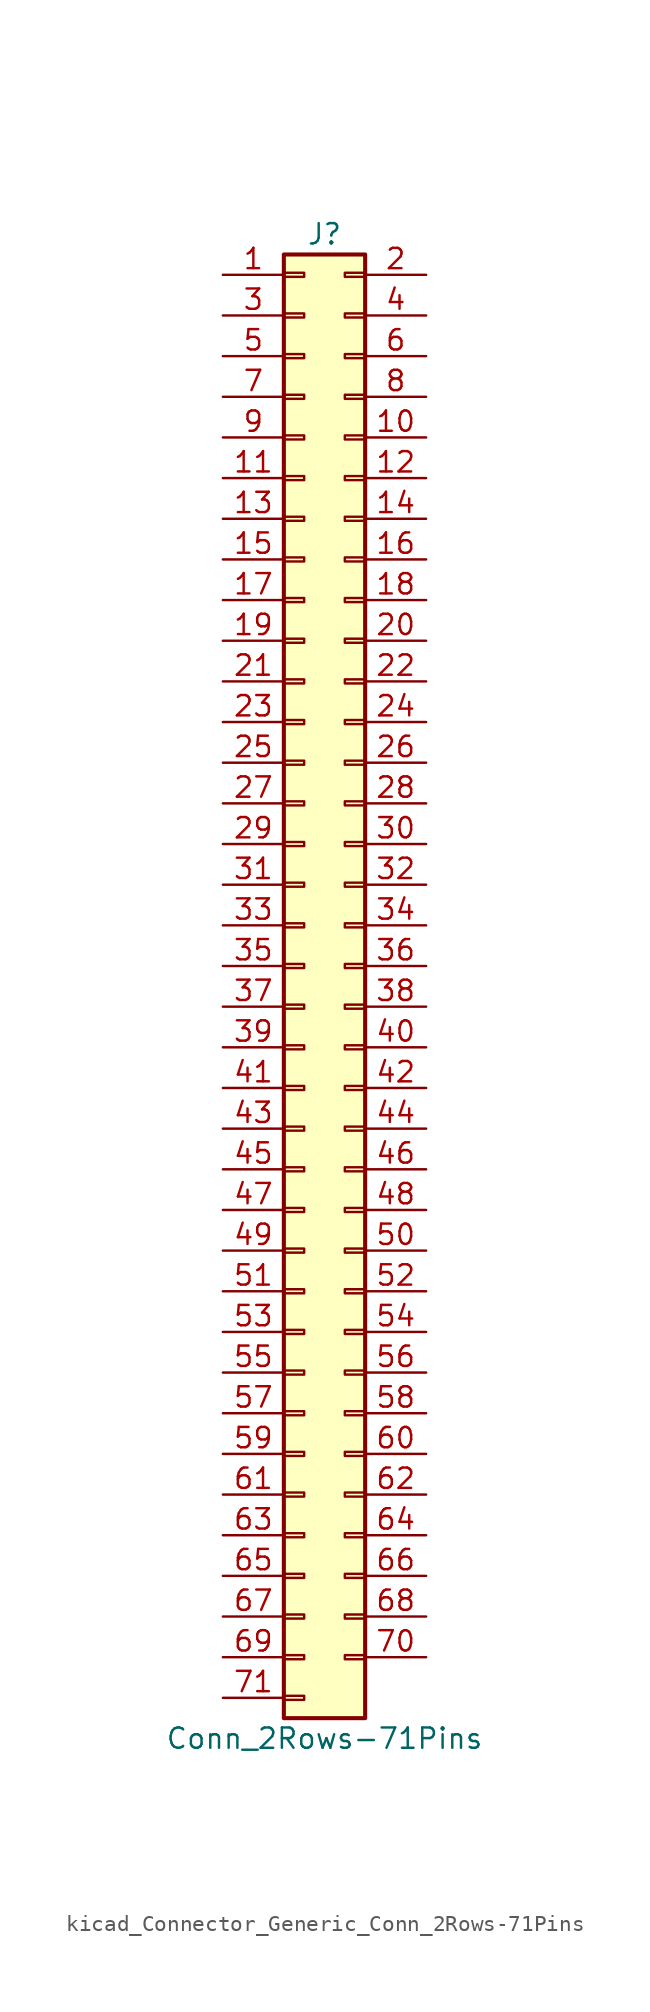
<source format=kicad_sym>
(kicad_symbol_lib
  (version 20220914)
  (generator kicad_symbol_editor)
  (symbol "kicad_Connector_Generic_Conn_2Rows-71Pins"
    (pin_names
      (offset 1.016) hide)
    (property "Reference" "J"
      (at 1.27 45.72 0)
      (effects (font (size 1.27 1.27))))
    (property "Value" "Conn_2Rows-71Pins"
      (at 1.27 -48.26 0)
      (effects (font (size 1.27 1.27))))
    (symbol "kicad_Connector_Generic_Conn_2Rows-71Pins_1_1"
      (rectangle (start -1.27 -45.593) (end 0 -45.847) (stroke (width 0.152) (type default)) (fill (type none)))
      (rectangle (start -1.27 -43.053) (end 0 -43.307) (stroke (width 0.152) (type default)) (fill (type none)))
      (rectangle (start -1.27 -40.513) (end 0 -40.767) (stroke (width 0.152) (type default)) (fill (type none)))
      (rectangle (start -1.27 -37.973) (end 0 -38.227) (stroke (width 0.152) (type default)) (fill (type none)))
      (rectangle (start -1.27 -35.433) (end 0 -35.687) (stroke (width 0.152) (type default)) (fill (type none)))
      (rectangle (start -1.27 -32.893) (end 0 -33.147) (stroke (width 0.152) (type default)) (fill (type none)))
      (rectangle (start -1.27 -30.353) (end 0 -30.607) (stroke (width 0.152) (type default)) (fill (type none)))
      (rectangle (start -1.27 -27.813) (end 0 -28.067) (stroke (width 0.152) (type default)) (fill (type none)))
      (rectangle (start -1.27 -25.273) (end 0 -25.527) (stroke (width 0.152) (type default)) (fill (type none)))
      (rectangle (start -1.27 -22.733) (end 0 -22.987) (stroke (width 0.152) (type default)) (fill (type none)))
      (rectangle (start -1.27 -20.193) (end 0 -20.447) (stroke (width 0.152) (type default)) (fill (type none)))
      (rectangle (start -1.27 -17.653) (end 0 -17.907) (stroke (width 0.152) (type default)) (fill (type none)))
      (rectangle (start -1.27 -15.113) (end 0 -15.367) (stroke (width 0.152) (type default)) (fill (type none)))
      (rectangle (start -1.27 -12.573) (end 0 -12.827) (stroke (width 0.152) (type default)) (fill (type none)))
      (rectangle (start -1.27 -10.033) (end 0 -10.287) (stroke (width 0.152) (type default)) (fill (type none)))
      (rectangle (start -1.27 -7.493) (end 0 -7.747) (stroke (width 0.152) (type default)) (fill (type none)))
      (rectangle (start -1.27 -4.953) (end 0 -5.207) (stroke (width 0.152) (type default)) (fill (type none)))
      (rectangle (start -1.27 -2.413) (end 0 -2.667) (stroke (width 0.152) (type default)) (fill (type none)))
      (rectangle (start -1.27 0.127) (end 0 -0.127) (stroke (width 0.152) (type default)) (fill (type none)))
      (rectangle (start -1.27 2.667) (end 0 2.413) (stroke (width 0.152) (type default)) (fill (type none)))
      (rectangle (start -1.27 5.207) (end 0 4.953) (stroke (width 0.152) (type default)) (fill (type none)))
      (rectangle (start -1.27 7.747) (end 0 7.493) (stroke (width 0.152) (type default)) (fill (type none)))
      (rectangle (start -1.27 10.287) (end 0 10.033) (stroke (width 0.152) (type default)) (fill (type none)))
      (rectangle (start -1.27 12.827) (end 0 12.573) (stroke (width 0.152) (type default)) (fill (type none)))
      (rectangle (start -1.27 15.367) (end 0 15.113) (stroke (width 0.152) (type default)) (fill (type none)))
      (rectangle (start -1.27 17.907) (end 0 17.653) (stroke (width 0.152) (type default)) (fill (type none)))
      (rectangle (start -1.27 20.447) (end 0 20.193) (stroke (width 0.152) (type default)) (fill (type none)))
      (rectangle (start -1.27 22.987) (end 0 22.733) (stroke (width 0.152) (type default)) (fill (type none)))
      (rectangle (start -1.27 25.527) (end 0 25.273) (stroke (width 0.152) (type default)) (fill (type none)))
      (rectangle (start -1.27 28.067) (end 0 27.813) (stroke (width 0.152) (type default)) (fill (type none)))
      (rectangle (start -1.27 30.607) (end 0 30.353) (stroke (width 0.152) (type default)) (fill (type none)))
      (rectangle (start -1.27 33.147) (end 0 32.893) (stroke (width 0.152) (type default)) (fill (type none)))
      (rectangle (start -1.27 35.687) (end 0 35.433) (stroke (width 0.152) (type default)) (fill (type none)))
      (rectangle (start -1.27 38.227) (end 0 37.973) (stroke (width 0.152) (type default)) (fill (type none)))
      (rectangle (start -1.27 40.767) (end 0 40.513) (stroke (width 0.152) (type default)) (fill (type none)))
      (rectangle (start -1.27 43.307) (end 0 43.053) (stroke (width 0.152) (type default)) (fill (type none)))
      (rectangle (start -1.27 44.45) (end 3.81 -46.99) (stroke (width 0.254) (type default)) (fill (type background)))
      (rectangle (start 3.81 -43.053) (end 2.54 -43.307) (stroke (width 0.152) (type default)) (fill (type none)))
      (rectangle (start 3.81 -40.513) (end 2.54 -40.767) (stroke (width 0.152) (type default)) (fill (type none)))
      (rectangle (start 3.81 -37.973) (end 2.54 -38.227) (stroke (width 0.152) (type default)) (fill (type none)))
      (rectangle (start 3.81 -35.433) (end 2.54 -35.687) (stroke (width 0.152) (type default)) (fill (type none)))
      (rectangle (start 3.81 -32.893) (end 2.54 -33.147) (stroke (width 0.152) (type default)) (fill (type none)))
      (rectangle (start 3.81 -30.353) (end 2.54 -30.607) (stroke (width 0.152) (type default)) (fill (type none)))
      (rectangle (start 3.81 -27.813) (end 2.54 -28.067) (stroke (width 0.152) (type default)) (fill (type none)))
      (rectangle (start 3.81 -25.273) (end 2.54 -25.527) (stroke (width 0.152) (type default)) (fill (type none)))
      (rectangle (start 3.81 -22.733) (end 2.54 -22.987) (stroke (width 0.152) (type default)) (fill (type none)))
      (rectangle (start 3.81 -20.193) (end 2.54 -20.447) (stroke (width 0.152) (type default)) (fill (type none)))
      (rectangle (start 3.81 -17.653) (end 2.54 -17.907) (stroke (width 0.152) (type default)) (fill (type none)))
      (rectangle (start 3.81 -15.113) (end 2.54 -15.367) (stroke (width 0.152) (type default)) (fill (type none)))
      (rectangle (start 3.81 -12.573) (end 2.54 -12.827) (stroke (width 0.152) (type default)) (fill (type none)))
      (rectangle (start 3.81 -10.033) (end 2.54 -10.287) (stroke (width 0.152) (type default)) (fill (type none)))
      (rectangle (start 3.81 -7.493) (end 2.54 -7.747) (stroke (width 0.152) (type default)) (fill (type none)))
      (rectangle (start 3.81 -4.953) (end 2.54 -5.207) (stroke (width 0.152) (type default)) (fill (type none)))
      (rectangle (start 3.81 -2.413) (end 2.54 -2.667) (stroke (width 0.152) (type default)) (fill (type none)))
      (rectangle (start 3.81 0.127) (end 2.54 -0.127) (stroke (width 0.152) (type default)) (fill (type none)))
      (rectangle (start 3.81 2.667) (end 2.54 2.413) (stroke (width 0.152) (type default)) (fill (type none)))
      (rectangle (start 3.81 5.207) (end 2.54 4.953) (stroke (width 0.152) (type default)) (fill (type none)))
      (rectangle (start 3.81 7.747) (end 2.54 7.493) (stroke (width 0.152) (type default)) (fill (type none)))
      (rectangle (start 3.81 10.287) (end 2.54 10.033) (stroke (width 0.152) (type default)) (fill (type none)))
      (rectangle (start 3.81 12.827) (end 2.54 12.573) (stroke (width 0.152) (type default)) (fill (type none)))
      (rectangle (start 3.81 15.367) (end 2.54 15.113) (stroke (width 0.152) (type default)) (fill (type none)))
      (rectangle (start 3.81 17.907) (end 2.54 17.653) (stroke (width 0.152) (type default)) (fill (type none)))
      (rectangle (start 3.81 20.447) (end 2.54 20.193) (stroke (width 0.152) (type default)) (fill (type none)))
      (rectangle (start 3.81 22.987) (end 2.54 22.733) (stroke (width 0.152) (type default)) (fill (type none)))
      (rectangle (start 3.81 25.527) (end 2.54 25.273) (stroke (width 0.152) (type default)) (fill (type none)))
      (rectangle (start 3.81 28.067) (end 2.54 27.813) (stroke (width 0.152) (type default)) (fill (type none)))
      (rectangle (start 3.81 30.607) (end 2.54 30.353) (stroke (width 0.152) (type default)) (fill (type none)))
      (rectangle (start 3.81 33.147) (end 2.54 32.893) (stroke (width 0.152) (type default)) (fill (type none)))
      (rectangle (start 3.81 35.687) (end 2.54 35.433) (stroke (width 0.152) (type default)) (fill (type none)))
      (rectangle (start 3.81 38.227) (end 2.54 37.973) (stroke (width 0.152) (type default)) (fill (type none)))
      (rectangle (start 3.81 40.767) (end 2.54 40.513) (stroke (width 0.152) (type default)) (fill (type none)))
      (rectangle (start 3.81 43.307) (end 2.54 43.053) (stroke (width 0.152) (type default)) (fill (type none)))
      (pin passive line (at -5.08 43.18 0) (length 3.81) (name "Pin_1" (effects (font (size 1.27 1.27)))) (number "1" (effects (font (size 1.27 1.27)))))
      (pin passive line (at 7.62 33.02 180) (length 3.81) (name "Pin_10" (effects (font (size 1.27 1.27)))) (number "10" (effects (font (size 1.27 1.27)))))
      (pin passive line (at -5.08 30.48 0) (length 3.81) (name "Pin_11" (effects (font (size 1.27 1.27)))) (number "11" (effects (font (size 1.27 1.27)))))
      (pin passive line (at 7.62 30.48 180) (length 3.81) (name "Pin_12" (effects (font (size 1.27 1.27)))) (number "12" (effects (font (size 1.27 1.27)))))
      (pin passive line (at -5.08 27.94 0) (length 3.81) (name "Pin_13" (effects (font (size 1.27 1.27)))) (number "13" (effects (font (size 1.27 1.27)))))
      (pin passive line (at 7.62 27.94 180) (length 3.81) (name "Pin_14" (effects (font (size 1.27 1.27)))) (number "14" (effects (font (size 1.27 1.27)))))
      (pin passive line (at -5.08 25.4 0) (length 3.81) (name "Pin_15" (effects (font (size 1.27 1.27)))) (number "15" (effects (font (size 1.27 1.27)))))
      (pin passive line (at 7.62 25.4 180) (length 3.81) (name "Pin_16" (effects (font (size 1.27 1.27)))) (number "16" (effects (font (size 1.27 1.27)))))
      (pin passive line (at -5.08 22.86 0) (length 3.81) (name "Pin_17" (effects (font (size 1.27 1.27)))) (number "17" (effects (font (size 1.27 1.27)))))
      (pin passive line (at 7.62 22.86 180) (length 3.81) (name "Pin_18" (effects (font (size 1.27 1.27)))) (number "18" (effects (font (size 1.27 1.27)))))
      (pin passive line (at -5.08 20.32 0) (length 3.81) (name "Pin_19" (effects (font (size 1.27 1.27)))) (number "19" (effects (font (size 1.27 1.27)))))
      (pin passive line (at 7.62 43.18 180) (length 3.81) (name "Pin_2" (effects (font (size 1.27 1.27)))) (number "2" (effects (font (size 1.27 1.27)))))
      (pin passive line (at 7.62 20.32 180) (length 3.81) (name "Pin_20" (effects (font (size 1.27 1.27)))) (number "20" (effects (font (size 1.27 1.27)))))
      (pin passive line (at -5.08 17.78 0) (length 3.81) (name "Pin_21" (effects (font (size 1.27 1.27)))) (number "21" (effects (font (size 1.27 1.27)))))
      (pin passive line (at 7.62 17.78 180) (length 3.81) (name "Pin_22" (effects (font (size 1.27 1.27)))) (number "22" (effects (font (size 1.27 1.27)))))
      (pin passive line (at -5.08 15.24 0) (length 3.81) (name "Pin_23" (effects (font (size 1.27 1.27)))) (number "23" (effects (font (size 1.27 1.27)))))
      (pin passive line (at 7.62 15.24 180) (length 3.81) (name "Pin_24" (effects (font (size 1.27 1.27)))) (number "24" (effects (font (size 1.27 1.27)))))
      (pin passive line (at -5.08 12.7 0) (length 3.81) (name "Pin_25" (effects (font (size 1.27 1.27)))) (number "25" (effects (font (size 1.27 1.27)))))
      (pin passive line (at 7.62 12.7 180) (length 3.81) (name "Pin_26" (effects (font (size 1.27 1.27)))) (number "26" (effects (font (size 1.27 1.27)))))
      (pin passive line (at -5.08 10.16 0) (length 3.81) (name "Pin_27" (effects (font (size 1.27 1.27)))) (number "27" (effects (font (size 1.27 1.27)))))
      (pin passive line (at 7.62 10.16 180) (length 3.81) (name "Pin_28" (effects (font (size 1.27 1.27)))) (number "28" (effects (font (size 1.27 1.27)))))
      (pin passive line (at -5.08 7.62 0) (length 3.81) (name "Pin_29" (effects (font (size 1.27 1.27)))) (number "29" (effects (font (size 1.27 1.27)))))
      (pin passive line (at -5.08 40.64 0) (length 3.81) (name "Pin_3" (effects (font (size 1.27 1.27)))) (number "3" (effects (font (size 1.27 1.27)))))
      (pin passive line (at 7.62 7.62 180) (length 3.81) (name "Pin_30" (effects (font (size 1.27 1.27)))) (number "30" (effects (font (size 1.27 1.27)))))
      (pin passive line (at -5.08 5.08 0) (length 3.81) (name "Pin_31" (effects (font (size 1.27 1.27)))) (number "31" (effects (font (size 1.27 1.27)))))
      (pin passive line (at 7.62 5.08 180) (length 3.81) (name "Pin_32" (effects (font (size 1.27 1.27)))) (number "32" (effects (font (size 1.27 1.27)))))
      (pin passive line (at -5.08 2.54 0) (length 3.81) (name "Pin_33" (effects (font (size 1.27 1.27)))) (number "33" (effects (font (size 1.27 1.27)))))
      (pin passive line (at 7.62 2.54 180) (length 3.81) (name "Pin_34" (effects (font (size 1.27 1.27)))) (number "34" (effects (font (size 1.27 1.27)))))
      (pin passive line (at -5.08 0 0) (length 3.81) (name "Pin_35" (effects (font (size 1.27 1.27)))) (number "35" (effects (font (size 1.27 1.27)))))
      (pin passive line (at 7.62 0 180) (length 3.81) (name "Pin_36" (effects (font (size 1.27 1.27)))) (number "36" (effects (font (size 1.27 1.27)))))
      (pin passive line (at -5.08 -2.54 0) (length 3.81) (name "Pin_37" (effects (font (size 1.27 1.27)))) (number "37" (effects (font (size 1.27 1.27)))))
      (pin passive line (at 7.62 -2.54 180) (length 3.81) (name "Pin_38" (effects (font (size 1.27 1.27)))) (number "38" (effects (font (size 1.27 1.27)))))
      (pin passive line (at -5.08 -5.08 0) (length 3.81) (name "Pin_39" (effects (font (size 1.27 1.27)))) (number "39" (effects (font (size 1.27 1.27)))))
      (pin passive line (at 7.62 40.64 180) (length 3.81) (name "Pin_4" (effects (font (size 1.27 1.27)))) (number "4" (effects (font (size 1.27 1.27)))))
      (pin passive line (at 7.62 -5.08 180) (length 3.81) (name "Pin_40" (effects (font (size 1.27 1.27)))) (number "40" (effects (font (size 1.27 1.27)))))
      (pin passive line (at -5.08 -7.62 0) (length 3.81) (name "Pin_41" (effects (font (size 1.27 1.27)))) (number "41" (effects (font (size 1.27 1.27)))))
      (pin passive line (at 7.62 -7.62 180) (length 3.81) (name "Pin_42" (effects (font (size 1.27 1.27)))) (number "42" (effects (font (size 1.27 1.27)))))
      (pin passive line (at -5.08 -10.16 0) (length 3.81) (name "Pin_43" (effects (font (size 1.27 1.27)))) (number "43" (effects (font (size 1.27 1.27)))))
      (pin passive line (at 7.62 -10.16 180) (length 3.81) (name "Pin_44" (effects (font (size 1.27 1.27)))) (number "44" (effects (font (size 1.27 1.27)))))
      (pin passive line (at -5.08 -12.7 0) (length 3.81) (name "Pin_45" (effects (font (size 1.27 1.27)))) (number "45" (effects (font (size 1.27 1.27)))))
      (pin passive line (at 7.62 -12.7 180) (length 3.81) (name "Pin_46" (effects (font (size 1.27 1.27)))) (number "46" (effects (font (size 1.27 1.27)))))
      (pin passive line (at -5.08 -15.24 0) (length 3.81) (name "Pin_47" (effects (font (size 1.27 1.27)))) (number "47" (effects (font (size 1.27 1.27)))))
      (pin passive line (at 7.62 -15.24 180) (length 3.81) (name "Pin_48" (effects (font (size 1.27 1.27)))) (number "48" (effects (font (size 1.27 1.27)))))
      (pin passive line (at -5.08 -17.78 0) (length 3.81) (name "Pin_49" (effects (font (size 1.27 1.27)))) (number "49" (effects (font (size 1.27 1.27)))))
      (pin passive line (at -5.08 38.1 0) (length 3.81) (name "Pin_5" (effects (font (size 1.27 1.27)))) (number "5" (effects (font (size 1.27 1.27)))))
      (pin passive line (at 7.62 -17.78 180) (length 3.81) (name "Pin_50" (effects (font (size 1.27 1.27)))) (number "50" (effects (font (size 1.27 1.27)))))
      (pin passive line (at -5.08 -20.32 0) (length 3.81) (name "Pin_51" (effects (font (size 1.27 1.27)))) (number "51" (effects (font (size 1.27 1.27)))))
      (pin passive line (at 7.62 -20.32 180) (length 3.81) (name "Pin_52" (effects (font (size 1.27 1.27)))) (number "52" (effects (font (size 1.27 1.27)))))
      (pin passive line (at -5.08 -22.86 0) (length 3.81) (name "Pin_53" (effects (font (size 1.27 1.27)))) (number "53" (effects (font (size 1.27 1.27)))))
      (pin passive line (at 7.62 -22.86 180) (length 3.81) (name "Pin_54" (effects (font (size 1.27 1.27)))) (number "54" (effects (font (size 1.27 1.27)))))
      (pin passive line (at -5.08 -25.4 0) (length 3.81) (name "Pin_55" (effects (font (size 1.27 1.27)))) (number "55" (effects (font (size 1.27 1.27)))))
      (pin passive line (at 7.62 -25.4 180) (length 3.81) (name "Pin_56" (effects (font (size 1.27 1.27)))) (number "56" (effects (font (size 1.27 1.27)))))
      (pin passive line (at -5.08 -27.94 0) (length 3.81) (name "Pin_57" (effects (font (size 1.27 1.27)))) (number "57" (effects (font (size 1.27 1.27)))))
      (pin passive line (at 7.62 -27.94 180) (length 3.81) (name "Pin_58" (effects (font (size 1.27 1.27)))) (number "58" (effects (font (size 1.27 1.27)))))
      (pin passive line (at -5.08 -30.48 0) (length 3.81) (name "Pin_59" (effects (font (size 1.27 1.27)))) (number "59" (effects (font (size 1.27 1.27)))))
      (pin passive line (at 7.62 38.1 180) (length 3.81) (name "Pin_6" (effects (font (size 1.27 1.27)))) (number "6" (effects (font (size 1.27 1.27)))))
      (pin passive line (at 7.62 -30.48 180) (length 3.81) (name "Pin_60" (effects (font (size 1.27 1.27)))) (number "60" (effects (font (size 1.27 1.27)))))
      (pin passive line (at -5.08 -33.02 0) (length 3.81) (name "Pin_61" (effects (font (size 1.27 1.27)))) (number "61" (effects (font (size 1.27 1.27)))))
      (pin passive line (at 7.62 -33.02 180) (length 3.81) (name "Pin_62" (effects (font (size 1.27 1.27)))) (number "62" (effects (font (size 1.27 1.27)))))
      (pin passive line (at -5.08 -35.56 0) (length 3.81) (name "Pin_63" (effects (font (size 1.27 1.27)))) (number "63" (effects (font (size 1.27 1.27)))))
      (pin passive line (at 7.62 -35.56 180) (length 3.81) (name "Pin_64" (effects (font (size 1.27 1.27)))) (number "64" (effects (font (size 1.27 1.27)))))
      (pin passive line (at -5.08 -38.1 0) (length 3.81) (name "Pin_65" (effects (font (size 1.27 1.27)))) (number "65" (effects (font (size 1.27 1.27)))))
      (pin passive line (at 7.62 -38.1 180) (length 3.81) (name "Pin_66" (effects (font (size 1.27 1.27)))) (number "66" (effects (font (size 1.27 1.27)))))
      (pin passive line (at -5.08 -40.64 0) (length 3.81) (name "Pin_67" (effects (font (size 1.27 1.27)))) (number "67" (effects (font (size 1.27 1.27)))))
      (pin passive line (at 7.62 -40.64 180) (length 3.81) (name "Pin_68" (effects (font (size 1.27 1.27)))) (number "68" (effects (font (size 1.27 1.27)))))
      (pin passive line (at -5.08 -43.18 0) (length 3.81) (name "Pin_69" (effects (font (size 1.27 1.27)))) (number "69" (effects (font (size 1.27 1.27)))))
      (pin passive line (at -5.08 35.56 0) (length 3.81) (name "Pin_7" (effects (font (size 1.27 1.27)))) (number "7" (effects (font (size 1.27 1.27)))))
      (pin passive line (at 7.62 -43.18 180) (length 3.81) (name "Pin_70" (effects (font (size 1.27 1.27)))) (number "70" (effects (font (size 1.27 1.27)))))
      (pin passive line (at -5.08 -45.72 0) (length 3.81) (name "Pin_71" (effects (font (size 1.27 1.27)))) (number "71" (effects (font (size 1.27 1.27)))))
      (pin passive line (at 7.62 35.56 180) (length 3.81) (name "Pin_8" (effects (font (size 1.27 1.27)))) (number "8" (effects (font (size 1.27 1.27)))))
      (pin passive line (at -5.08 33.02 0) (length 3.81) (name "Pin_9" (effects (font (size 1.27 1.27)))) (number "9" (effects (font (size 1.27 1.27))))))))
</source>
